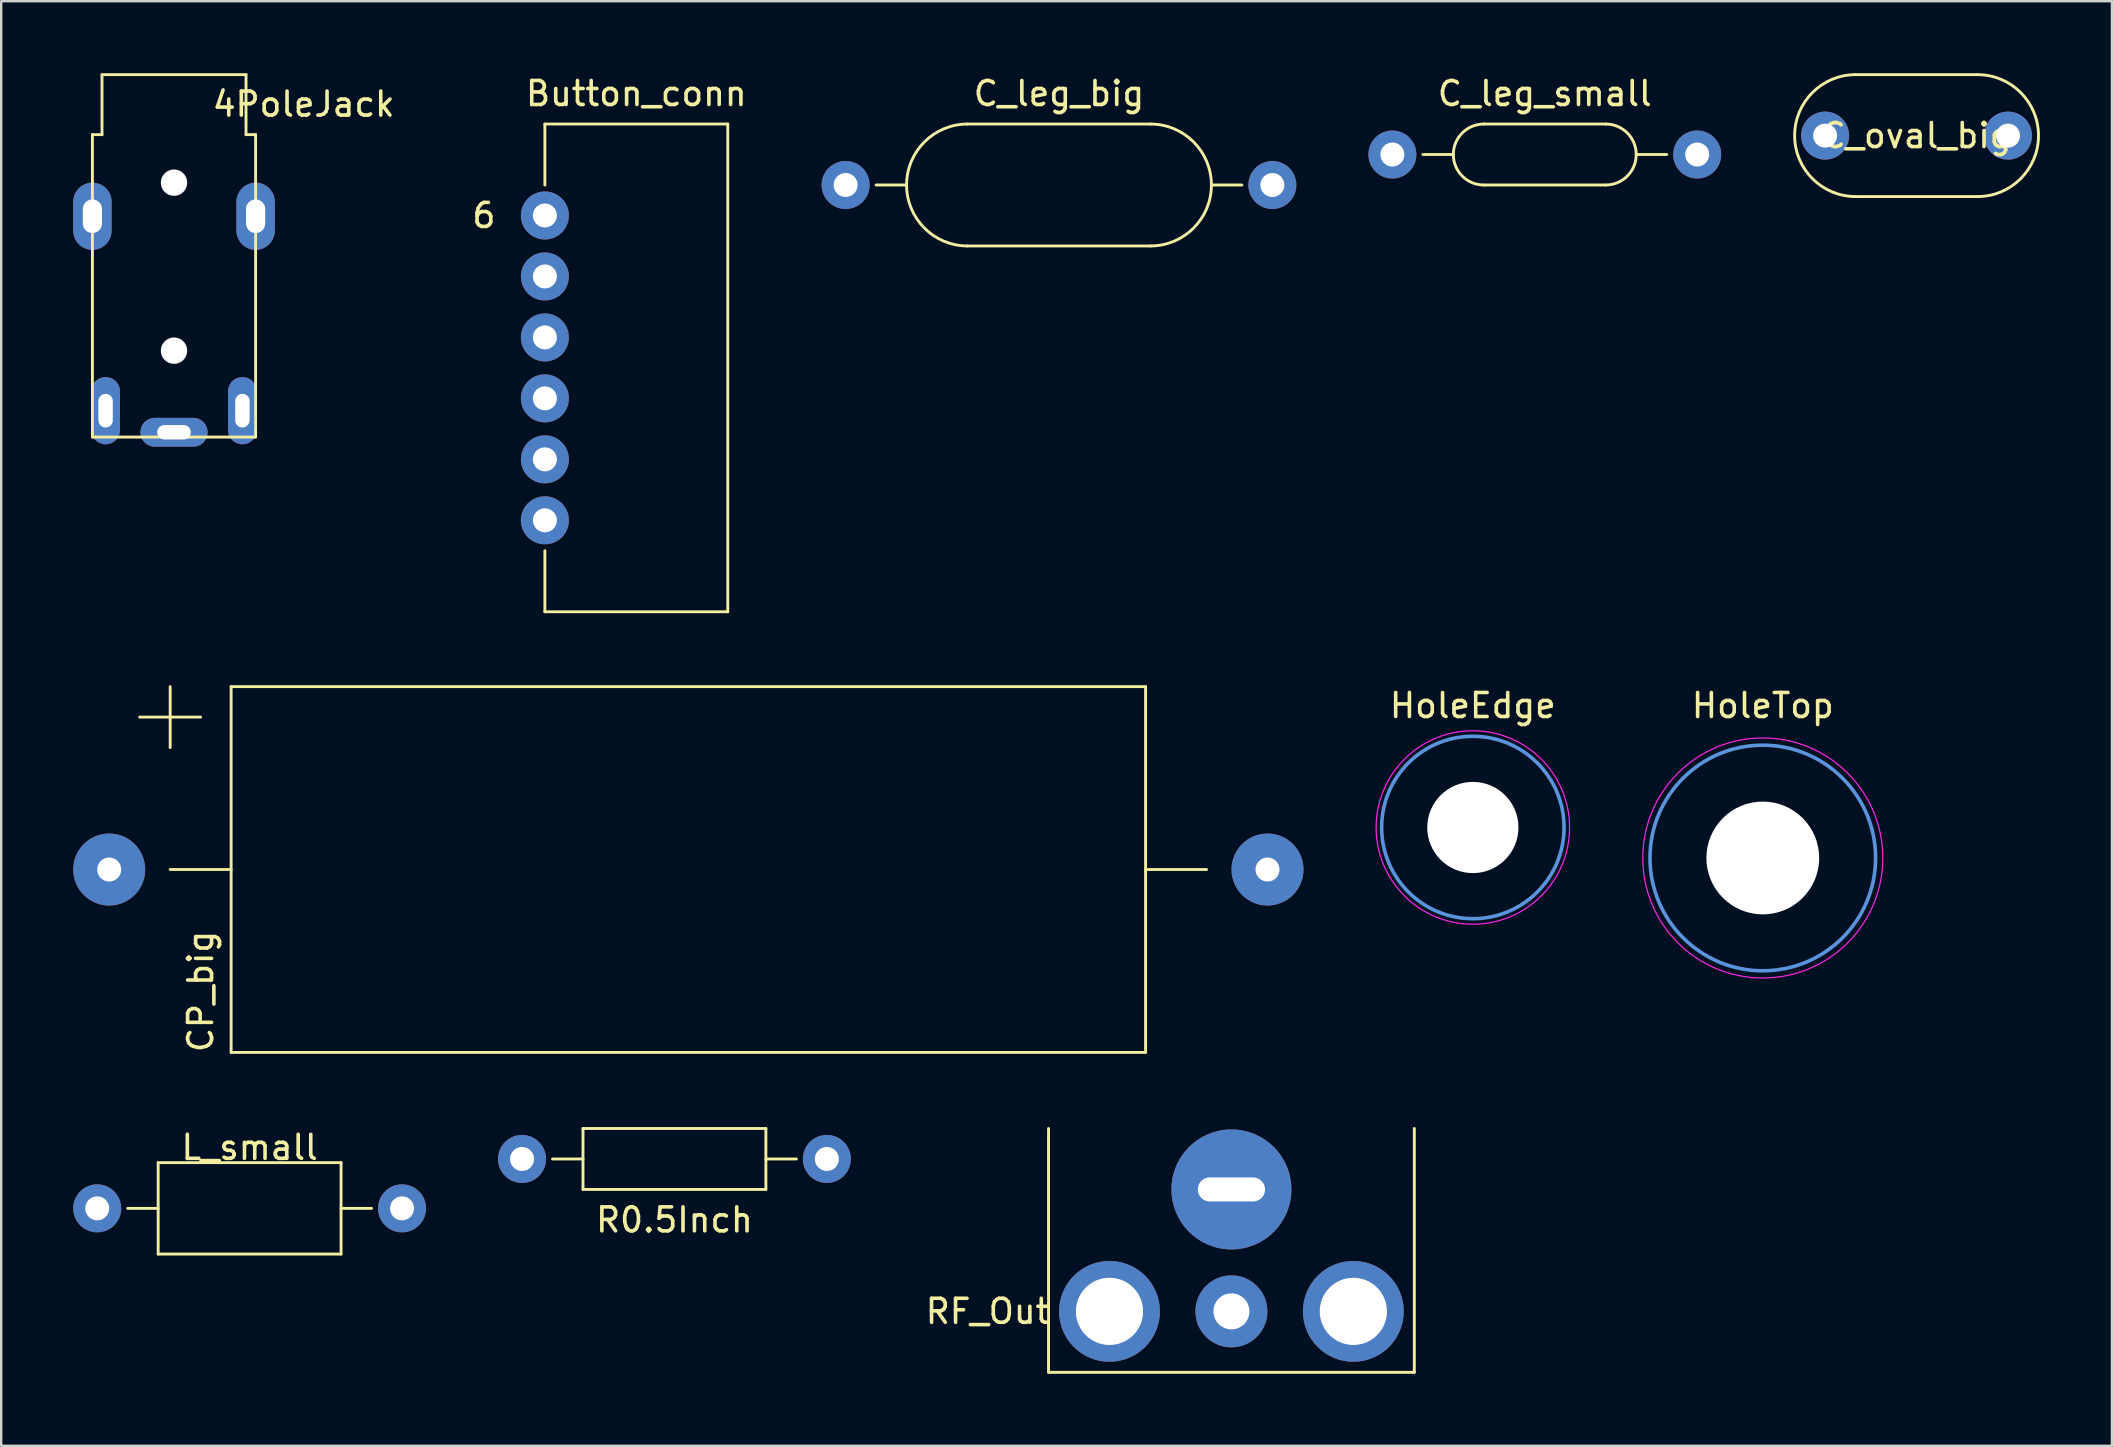
<source format=kicad_pcb>
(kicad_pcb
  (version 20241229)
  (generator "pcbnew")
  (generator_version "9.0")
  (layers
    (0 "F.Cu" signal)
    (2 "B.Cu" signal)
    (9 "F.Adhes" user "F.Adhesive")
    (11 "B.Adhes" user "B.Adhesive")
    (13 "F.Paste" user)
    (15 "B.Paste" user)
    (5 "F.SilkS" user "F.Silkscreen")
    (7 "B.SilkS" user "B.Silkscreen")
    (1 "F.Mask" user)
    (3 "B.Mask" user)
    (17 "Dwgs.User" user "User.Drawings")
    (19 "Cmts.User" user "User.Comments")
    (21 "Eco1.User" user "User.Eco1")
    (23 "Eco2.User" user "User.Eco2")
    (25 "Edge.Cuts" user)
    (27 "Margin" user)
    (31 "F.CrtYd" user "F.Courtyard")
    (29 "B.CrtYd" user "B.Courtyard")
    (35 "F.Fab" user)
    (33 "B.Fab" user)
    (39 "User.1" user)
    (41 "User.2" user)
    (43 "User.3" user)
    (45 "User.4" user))
  (footprint "HoleTop"
    (layer "F.Cu")
    (at 70.395 32.697)
    (property "Reference" "HoleTop" (at 0 -6.35 0) (layer "F.SilkS") (effects (font (size 1 1) (thickness 0.15))))
    (attr through_hole)
    (fp_circle (center 0 0) (end 4.7 0) (stroke (width 0.15) (type solid)) (fill no) (layer "Cmts.User"))
    (fp_circle (center 0 0) (end 5 0) (stroke (width 0.05) (type solid)) (fill no) (layer "F.CrtYd"))
    (pad "" np_thru_hole circle (at 0 0) (size 4.7 4.7) (drill 4.7) (layers "*.Cu" "*.Mask")))
  (footprint "R0.5Inch"
    (layer "F.Cu")
    (at 25.05 45.237)
    (property "Reference" "R0.5Inch" (at 0 2.54 0) (layer "F.SilkS") (effects (font (size 1 1) (thickness 0.15))))
    (attr through_hole)
    (fp_line (start -5.08 0) (end -3.81 0) (stroke (width 0.12) (type solid)) (layer "F.SilkS"))
    (fp_line (start -3.81 -1.27) (end 3.81 -1.27) (stroke (width 0.12) (type solid)) (layer "F.SilkS"))
    (fp_line (start -3.81 1.27) (end -3.81 -1.27) (stroke (width 0.12) (type solid)) (layer "F.SilkS"))
    (fp_line (start 3.81 -1.27) (end 3.81 1.27) (stroke (width 0.12) (type solid)) (layer "F.SilkS"))
    (fp_line (start 3.81 0) (end 5.08 0) (stroke (width 0.12) (type solid)) (layer "F.SilkS"))
    (fp_line (start 3.81 1.27) (end -3.81 1.27) (stroke (width 0.12) (type solid)) (layer "F.SilkS"))
    (pad "1" thru_hole circle (at 6.35 0) (size 2 2) (drill 1) (layers "*.Cu" "*.Mask"))
    (pad "2" thru_hole circle (at -6.35 0) (size 2 2) (drill 1) (layers "*.Cu" "*.Mask")))
  (footprint "C_leg_small"
    (layer "F.Cu")
    (at 61.312 3.388)
    (property "Reference" "C_leg_small" (at 0 -2.54 0) (layer "F.SilkS") (effects (font (size 1 1) (thickness 0.15))))
    (attr through_hole)
    (fp_line (start -5.08 0) (end -3.81 0) (stroke (width 0.12) (type solid)) (layer "F.SilkS"))
    (fp_line (start -2.54 1.27) (end 2.54 1.27) (stroke (width 0.12) (type solid)) (layer "F.SilkS"))
    (fp_line (start 2.54 -1.27) (end -2.54 -1.27) (stroke (width 0.12) (type solid)) (layer "F.SilkS"))
    (fp_line (start 3.81 0) (end 5.08 0) (stroke (width 0.12) (type solid)) (layer "F.SilkS"))
    (fp_arc (start -2.54 1.27) (mid -3.81 0) (end -2.54 -1.27) (stroke (width 0.12) (type solid)) (layer "F.SilkS"))
    (fp_arc (start 2.54 -1.27) (mid 3.81 0) (end 2.54 1.27) (stroke (width 0.12) (type solid)) (layer "F.SilkS"))
    (pad "1" thru_hole circle (at -6.35 0) (size 2 2) (drill 1) (layers "*.Cu" "*.Mask"))
    (pad "2" thru_hole circle (at 6.35 0) (size 2 2) (drill 1) (layers "*.Cu" "*.Mask")))
  (footprint "Button_conn"
    (layer "F.Cu")
    (at 19.652 12.278)
    (property "Reference" "Button_conn" (at 3.81 -11.43 0) (layer "F.SilkS") (effects (font (size 1 1) (thickness 0.15))))
    (attr through_hole)
    (fp_line (start 0 -10.16) (end 0 -7.62) (stroke (width 0.12) (type solid)) (layer "F.SilkS"))
    (fp_line (start 0 10.16) (end 0 7.62) (stroke (width 0.12) (type solid)) (layer "F.SilkS"))
    (fp_line (start 0 10.16) (end 7.62 10.16) (stroke (width 0.12) (type solid)) (layer "F.SilkS"))
    (fp_line (start 7.62 -10.16) (end 0 -10.16) (stroke (width 0.12) (type solid)) (layer "F.SilkS"))
    (fp_line (start 7.62 10.16) (end 7.62 -10.16) (stroke (width 0.12) (type solid)) (layer "F.SilkS"))
    (fp_text user "6" (at -2.54 -6.35 0) (layer "F.SilkS") (effects (font (size 1 1) (thickness 0.15))))
    (pad "1" thru_hole circle (at 0 6.35) (size 2 2) (drill 1) (layers "*.Cu" "*.Mask"))
    (pad "2" thru_hole circle (at 0 3.81) (size 2 2) (drill 1) (layers "*.Cu" "*.Mask"))
    (pad "3" thru_hole circle (at 0 1.27) (size 2 2) (drill 1) (layers "*.Cu" "*.Mask"))
    (pad "4" thru_hole circle (at 0 -1.27) (size 2 2) (drill 1) (layers "*.Cu" "*.Mask"))
    (pad "5" thru_hole circle (at 0 -3.81) (size 2 2) (drill 1) (layers "*.Cu" "*.Mask"))
    (pad "6" thru_hole circle (at 0 -6.35) (size 2 2) (drill 1) (layers "*.Cu" "*.Mask")))
  (footprint "C_leg_big"
    (layer "F.Cu")
    (at 41.072 4.658)
    (property "Reference" "C_leg_big" (at 0 -3.81 0) (layer "F.SilkS") (effects (font (size 1 1) (thickness 0.15))))
    (attr through_hole)
    (fp_line (start -7.62 0) (end -6.35 0) (stroke (width 0.12) (type solid)) (layer "F.SilkS"))
    (fp_line (start -3.81 2.54) (end 3.81 2.54) (stroke (width 0.12) (type solid)) (layer "F.SilkS"))
    (fp_line (start 3.81 -2.54) (end -3.81 -2.54) (stroke (width 0.12) (type solid)) (layer "F.SilkS"))
    (fp_line (start 6.35 0) (end 7.62 0) (stroke (width 0.12) (type solid)) (layer "F.SilkS"))
    (fp_arc (start -3.81 2.54) (mid -6.35 0) (end -3.81 -2.54) (stroke (width 0.12) (type solid)) (layer "F.SilkS"))
    (fp_arc (start 3.81 -2.54) (mid 6.35 0) (end 3.81 2.54) (stroke (width 0.12) (type solid)) (layer "F.SilkS"))
    (pad "1" thru_hole circle (at -8.89 0) (size 2 2) (drill 1) (layers "*.Cu" "*.Mask"))
    (pad "2" thru_hole circle (at 8.89 0) (size 2 2) (drill 1) (layers "*.Cu" "*.Mask")))
  (footprint "HoleEdge"
    (layer "F.Cu")
    (at 58.315 31.427)
    (property "Reference" "HoleEdge" (at 0 -5.08 0) (layer "F.SilkS") (effects (font (size 1 1) (thickness 0.15))))
    (attr through_hole)
    (fp_circle (center 0 0) (end 3.8 0) (stroke (width 0.15) (type solid)) (fill no) (layer "Cmts.User"))
    (fp_circle (center 0 0) (end 4.03 0) (stroke (width 0.05) (type solid)) (fill no) (layer "F.CrtYd"))
    (pad "" np_thru_hole circle (at 0 0) (size 3.8 3.8) (drill 3.8) (layers "*.Cu" "*.Mask")))
  (footprint "CP_big"
    (layer "F.Cu")
    (at 25.63 33.178)
    (property "Reference" "CP_big" (at -20.32 5.08 90) (layer "F.SilkS") (effects (font (size 1 1) (thickness 0.15))))
    (attr through_hole)
    (fp_line (start -22.86 -6.35) (end -20.32 -6.35) (stroke (width 0.12) (type solid)) (layer "F.SilkS"))
    (fp_line (start -21.59 -7.62) (end -21.59 -5.08) (stroke (width 0.12) (type solid)) (layer "F.SilkS"))
    (fp_line (start -21.59 0) (end -19.05 0) (stroke (width 0.12) (type solid)) (layer "F.SilkS"))
    (fp_line (start -19.05 -7.62) (end 19.05 -7.62) (stroke (width 0.12) (type solid)) (layer "F.SilkS"))
    (fp_line (start -19.05 7.62) (end -19.05 -7.62) (stroke (width 0.12) (type solid)) (layer "F.SilkS"))
    (fp_line (start 19.05 -7.62) (end 19.05 7.62) (stroke (width 0.12) (type solid)) (layer "F.SilkS"))
    (fp_line (start 19.05 0) (end 21.59 0) (stroke (width 0.12) (type solid)) (layer "F.SilkS"))
    (fp_line (start 19.05 7.62) (end -19.05 7.62) (stroke (width 0.12) (type solid)) (layer "F.SilkS"))
    (pad "1" thru_hole circle (at -24.13 0) (size 3 3) (drill 1) (layers "*.Cu" "*.Mask"))
    (pad "2" thru_hole circle (at 24.13 0) (size 3 3) (drill 1) (layers "*.Cu" "*.Mask")))
  (footprint "C_oval_big"
    (layer "F.Cu")
    (at 76.802 2.6)
    (property "Reference" "C_oval_big" (at 0 0 0) (layer "F.SilkS") (effects (font (size 1 1) (thickness 0.15))))
    (attr through_hole)
    (fp_line (start -2.54 -2.54) (end 2.54 -2.54) (stroke (width 0.12) (type solid)) (layer "F.SilkS"))
    (fp_line (start -2.54 2.54) (end 2.54 2.54) (stroke (width 0.12) (type solid)) (layer "F.SilkS"))
    (fp_arc (start -2.54 2.54) (mid -5.08 0) (end -2.54 -2.54) (stroke (width 0.12) (type solid)) (layer "F.SilkS"))
    (fp_arc (start 2.54 -2.54) (mid 5.08 0) (end 2.54 2.54) (stroke (width 0.12) (type solid)) (layer "F.SilkS"))
    (pad "1" thru_hole circle (at -3.81 0) (size 2 2) (drill 1) (layers "*.Cu" "*.Mask"))
    (pad "2" thru_hole circle (at 3.81 0) (size 2 2) (drill 1) (layers "*.Cu" "*.Mask")))
  (footprint "L_small"
    (layer "F.Cu")
    (at 7.35 47.295)
    (property "Reference" "L_small" (at 0 -2.54 0) (layer "F.SilkS") (effects (font (size 1 1) (thickness 0.15))))
    (attr through_hole)
    (fp_line (start -5.08 0) (end -3.81 0) (stroke (width 0.12) (type solid)) (layer "F.SilkS"))
    (fp_line (start -3.81 -1.905) (end -3.81 1.905) (stroke (width 0.12) (type solid)) (layer "F.SilkS"))
    (fp_line (start -3.81 1.905) (end 3.81 1.905) (stroke (width 0.12) (type solid)) (layer "F.SilkS"))
    (fp_line (start 3.81 -1.905) (end -3.81 -1.905) (stroke (width 0.12) (type solid)) (layer "F.SilkS"))
    (fp_line (start 3.81 0) (end 5.08 0) (stroke (width 0.12) (type solid)) (layer "F.SilkS"))
    (fp_line (start 3.81 1.905) (end 3.81 -1.905) (stroke (width 0.12) (type solid)) (layer "F.SilkS"))
    (pad "1" thru_hole circle (at -6.35 0) (size 2 2) (drill 1) (layers "*.Cu" "*.Mask"))
    (pad "2" thru_hole circle (at 6.35 0) (size 2 2) (drill 1) (layers "*.Cu" "*.Mask")))
  (footprint "4PoleJack"
    (layer "F.Cu")
    (at 4.2 2.56)
    (property "Reference" "4PoleJack" (at 5.4 -1.27 0) (layer "F.SilkS") (effects (font (size 1 1) (thickness 0.15))))
    (attr through_hole)
    (fp_line (start -3.4 0) (end -3 0) (stroke (width 0.12) (type solid)) (layer "F.SilkS"))
    (fp_line (start -3.4 12.6) (end -3.4 0) (stroke (width 0.12) (type solid)) (layer "F.SilkS"))
    (fp_line (start -3 -2.5) (end 3 -2.5) (stroke (width 0.12) (type solid)) (layer "F.SilkS"))
    (fp_line (start -3 0) (end -3 -2.5) (stroke (width 0.12) (type solid)) (layer "F.SilkS"))
    (fp_line (start 3 -2.5) (end 3 0) (stroke (width 0.12) (type solid)) (layer "F.SilkS"))
    (fp_line (start 3 0) (end 3.4 0) (stroke (width 0.12) (type solid)) (layer "F.SilkS"))
    (fp_line (start 3.4 0) (end 3.4 12.6) (stroke (width 0.12) (type solid)) (layer "F.SilkS"))
    (fp_line (start 3.4 12.6) (end -3.4 12.6) (stroke (width 0.12) (type solid)) (layer "F.SilkS"))
    (pad "" np_thru_hole circle (at 0 2) (size 1.1 1.1) (drill 1.1) (layers "*.Cu" "*.Mask"))
    (pad "" np_thru_hole circle (at 0 9) (size 1.1 1.1) (drill 1.1) (layers "*.Cu" "*.Mask"))
    (pad "R1" thru_hole oval (at 2.85 11.5 90) (size 2.8 1.2) (drill oval 1.4 0.6) (layers "*.Cu" "*.Mask"))
    (pad "R2" thru_hole oval (at -2.85 11.5 90) (size 2.8 1.2) (drill oval 1.4 0.6) (layers "*.Cu" "*.Mask"))
    (pad "S" thru_hole oval (at 0 12.4) (size 2.8 1.2) (drill oval 1.4 0.6) (layers "*.Cu" "*.Mask"))
    (pad "T" thru_hole oval (at -3.4 3.4 90) (size 2.8 1.6) (drill oval 1.4 0.8) (layers "*.Cu" "*.Mask"))
    (pad "T" thru_hole oval (at 3.4 3.4 90) (size 2.8 1.6) (drill oval 1.4 0.8) (layers "*.Cu" "*.Mask")))
  (footprint "RF_Out"
    (layer "F.Cu")
    (at 48.256 51.587)
    (property "Reference" "RF_Out" (at -10.16 0 0) (layer "F.SilkS") (effects (font (size 1 1) (thickness 0.15))))
    (attr through_hole)
    (fp_line (start -7.62 2.54) (end -7.62 -7.62) (stroke (width 0.12) (type solid)) (layer "F.SilkS"))
    (fp_line (start -7.62 2.54) (end 7.62 2.54) (stroke (width 0.12) (type solid)) (layer "F.SilkS"))
    (fp_line (start 7.62 2.54) (end 7.62 -7.62) (stroke (width 0.12) (type solid)) (layer "F.SilkS"))
    (pad "1" thru_hole circle (at 0 0) (size 3 3) (drill 1.5) (layers "*.Cu" "*.Mask"))
    (pad "2" thru_hole circle (at -5.08 0) (size 4.2 4.2) (drill 2.8) (layers "*.Cu" "*.Mask"))
    (pad "2" thru_hole circle (at 0 -5.08) (size 5 5) (drill oval 2.8 1) (layers "*.Cu" "*.Mask"))
    (pad "2" thru_hole circle (at 5.08 0) (size 4.2 4.2) (drill 2.8) (layers "*.Cu" "*.Mask")))
  (gr_rect
    (start -3 -3)
    (end 84.942 57.187)
    (stroke (width 0.1) (type default))
    (fill no)
    (layer "Edge.Cuts")))
</source>
